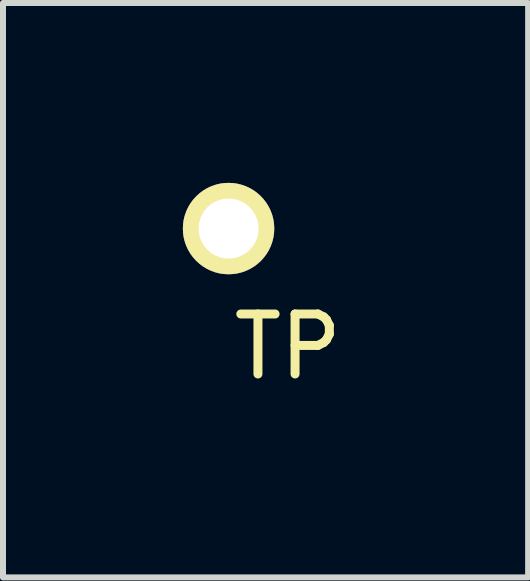
<source format=kicad_pcb>
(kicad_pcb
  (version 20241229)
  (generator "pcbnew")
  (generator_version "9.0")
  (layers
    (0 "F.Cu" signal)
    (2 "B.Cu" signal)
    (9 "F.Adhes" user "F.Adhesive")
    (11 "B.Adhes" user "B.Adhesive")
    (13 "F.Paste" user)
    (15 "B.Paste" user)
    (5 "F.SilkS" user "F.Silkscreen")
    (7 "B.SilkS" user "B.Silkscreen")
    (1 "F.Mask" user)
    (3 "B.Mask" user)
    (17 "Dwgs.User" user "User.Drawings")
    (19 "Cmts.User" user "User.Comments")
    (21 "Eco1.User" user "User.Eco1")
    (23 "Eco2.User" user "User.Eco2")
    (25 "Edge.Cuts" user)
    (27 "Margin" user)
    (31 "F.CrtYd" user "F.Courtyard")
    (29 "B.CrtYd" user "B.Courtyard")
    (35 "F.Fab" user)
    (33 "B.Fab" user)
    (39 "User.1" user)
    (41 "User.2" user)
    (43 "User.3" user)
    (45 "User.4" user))
  (footprint "TP"
    (layer "F.Cu")
    (at 0.762 0.762)
    (property "Reference" "TP" (at 0.99 1.97 0) (layer "F.SilkS") (effects (font (size 1 1) (thickness 0.15))))
    (attr through_hole)
    (pad "1" thru_hole circle (at 0 0) (size 1.524 1.524) (drill 1) (layers "*.Cu" "*.Mask" "F.SilkS")))
  (gr_rect
    (start -3 -3)
    (end 5.758 6.58)
    (stroke (width 0.1) (type default))
    (fill no)
    (layer "Edge.Cuts")))
</source>
